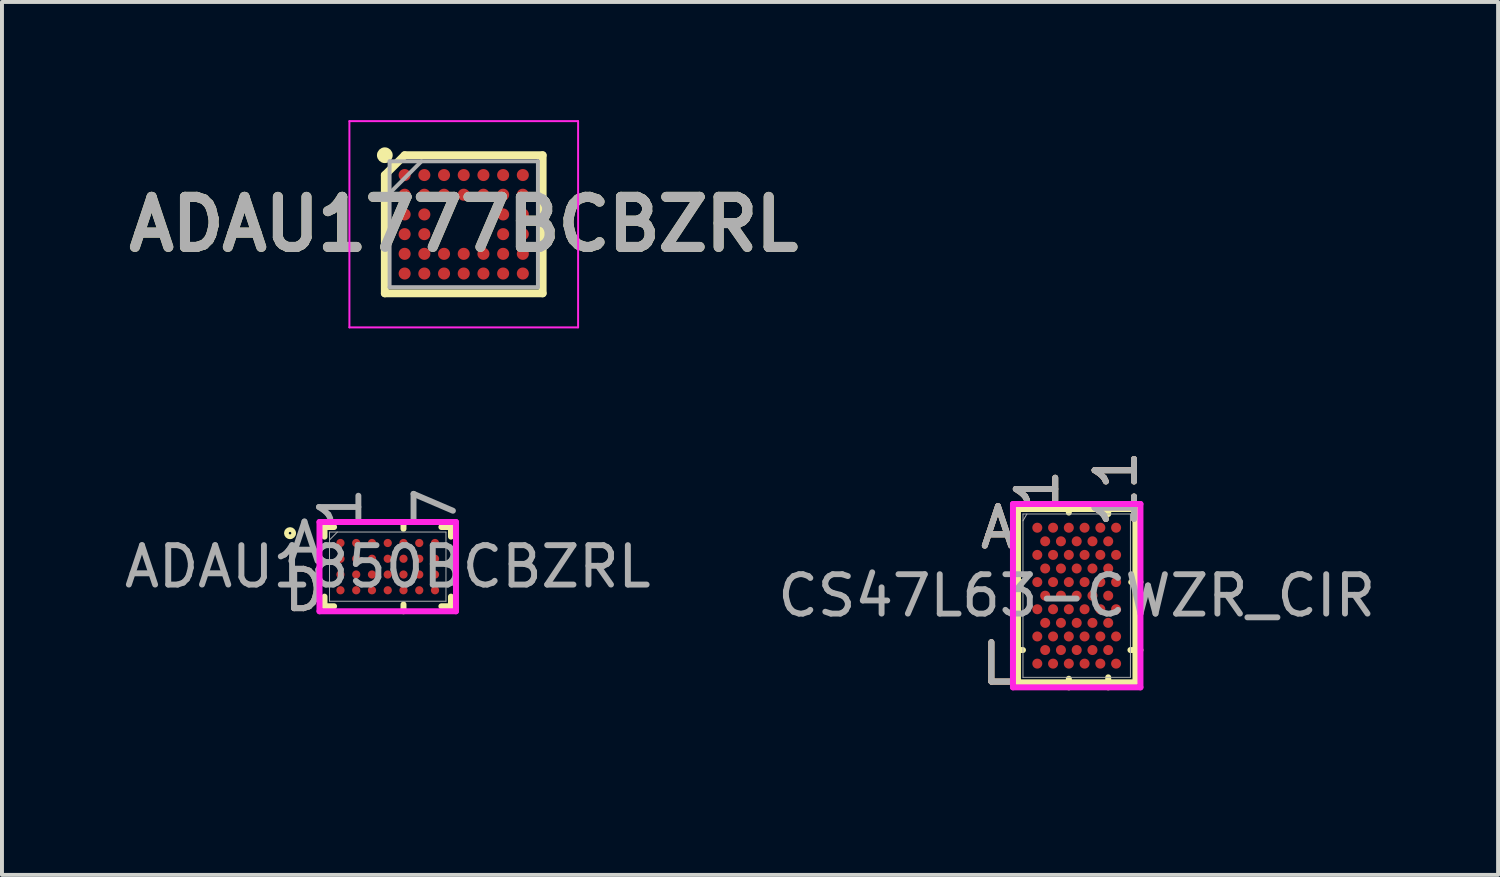
<source format=kicad_pcb>
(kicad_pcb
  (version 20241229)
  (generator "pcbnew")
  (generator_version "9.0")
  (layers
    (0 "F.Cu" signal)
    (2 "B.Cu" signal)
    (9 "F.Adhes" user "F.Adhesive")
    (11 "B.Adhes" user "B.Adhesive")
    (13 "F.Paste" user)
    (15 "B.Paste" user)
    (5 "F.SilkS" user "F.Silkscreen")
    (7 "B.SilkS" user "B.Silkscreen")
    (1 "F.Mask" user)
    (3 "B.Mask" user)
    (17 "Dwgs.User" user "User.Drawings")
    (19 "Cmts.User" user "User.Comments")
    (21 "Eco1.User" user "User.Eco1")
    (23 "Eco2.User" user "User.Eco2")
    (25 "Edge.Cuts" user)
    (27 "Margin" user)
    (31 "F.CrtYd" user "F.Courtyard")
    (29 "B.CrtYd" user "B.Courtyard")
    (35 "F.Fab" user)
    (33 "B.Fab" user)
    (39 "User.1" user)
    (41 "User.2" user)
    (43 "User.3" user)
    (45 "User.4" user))
  (footprint "CS47L63-CWZR_CIR"
    (layer "F.Cu")
    (at 24.28 12.07)
    (property "Reference" "CS47L63-CWZR_CIR" (at 0 3.24 0) (unlocked yes) (layer "User.2") (effects (font (size 1 1) (thickness 0.15))))
    (attr smd)
    (fp_line (start -1.491 -2.2) (end -1.491 2.2) (stroke (width 0.152) (type solid)) (layer "F.SilkS"))
    (fp_line (start -1.491 2.2) (end 1.491 2.2) (stroke (width 0.152) (type solid)) (layer "F.SilkS"))
    (fp_line (start -1.384 -0.345) (end -1.618 -0.345) (stroke (width 0.152) (type solid)) (layer "F.SilkS"))
    (fp_line (start -1.364 1.38) (end -1.618 1.38) (stroke (width 0.152) (type solid)) (layer "F.SilkS"))
    (fp_line (start -0.2 -2.109) (end -0.2 -2.327) (stroke (width 0.152) (type solid)) (layer "F.SilkS"))
    (fp_line (start -0.2 2.109) (end -0.2 2.327) (stroke (width 0.152) (type solid)) (layer "F.SilkS"))
    (fp_line (start 0.8 -2.073) (end 0.8 -2.327) (stroke (width 0.152) (type solid)) (layer "F.SilkS"))
    (fp_line (start 0.8 2.073) (end 0.8 2.327) (stroke (width 0.152) (type solid)) (layer "F.SilkS"))
    (fp_line (start 1.364 1.38) (end 1.618 1.38) (stroke (width 0.152) (type solid)) (layer "F.SilkS"))
    (fp_line (start 1.384 -0.345) (end 1.618 -0.345) (stroke (width 0.152) (type solid)) (layer "F.SilkS"))
    (fp_line (start 1.491 -2.2) (end -1.491 -2.2) (stroke (width 0.152) (type solid)) (layer "F.SilkS"))
    (fp_line (start 1.491 2.2) (end 1.491 -2.2) (stroke (width 0.152) (type solid)) (layer "F.SilkS"))
    (fp_line (start -1.618 -2.327) (end 1.618 -2.327) (stroke (width 0.152) (type solid)) (layer "F.CrtYd"))
    (fp_line (start -1.618 2.327) (end -1.618 -2.327) (stroke (width 0.152) (type solid)) (layer "F.CrtYd"))
    (fp_line (start 1.618 -2.327) (end 1.618 2.327) (stroke (width 0.152) (type solid)) (layer "F.CrtYd"))
    (fp_line (start 1.618 2.327) (end -1.618 2.327) (stroke (width 0.152) (type solid)) (layer "F.CrtYd"))
    (fp_line (start -1.364 -2.073) (end -1.364 2.073) (stroke (width 0.025) (type solid)) (layer "F.Fab"))
    (fp_line (start -1.364 2.073) (end 1.364 2.073) (stroke (width 0.025) (type solid)) (layer "F.Fab"))
    (fp_line (start -1.264 -2.073) (end -1.364 -1.9) (stroke (width 0.025) (type solid)) (layer "F.Fab"))
    (fp_line (start 1.364 -2.073) (end -1.364 -2.073) (stroke (width 0.025) (type solid)) (layer "F.Fab"))
    (fp_line (start 1.364 2.073) (end 1.364 -2.073) (stroke (width 0.025) (type solid)) (layer "F.Fab"))
    (fp_text user "1" (at -1 -2.708 90) (unlocked yes) (layer "F.SilkS") (effects (font (size 1 1) (thickness 0.15))))
    (fp_text user "11" (at 1 -2.708 90) (unlocked yes) (layer "F.SilkS") (effects (font (size 1 1) (thickness 0.15))))
    (fp_text user "A" (at -1.999 -1.725 0) (unlocked yes) (layer "F.SilkS") (effects (font (size 1 1) (thickness 0.15))))
    (fp_text user "L" (at -1.999 1.725 0) (unlocked yes) (layer "F.SilkS") (effects (font (size 1 1) (thickness 0.15))))
    (fp_text user "L" (at -1.999 1.725 0) (unlocked yes) (layer "B.SilkS") (effects (font (size 1 1) (thickness 0.15))))
    (fp_text user "11" (at 1 -2.708 90) (unlocked yes) (layer "B.SilkS") (effects (font (size 1 1) (thickness 0.15))))
    (fp_text user "A" (at -1.999 -1.725 0) (unlocked yes) (layer "B.SilkS") (effects (font (size 1 1) (thickness 0.15))))
    (fp_text user "1" (at -1 -2.708 90) (unlocked yes) (layer "B.SilkS") (effects (font (size 1 1) (thickness 0.15))))
    (fp_text user "1" (at -1 -2.708 90) (unlocked yes) (layer "F.Fab") (effects (font (size 1 1) (thickness 0.15))))
    (fp_text user "L" (at -1.999 1.725 0) (unlocked yes) (layer "F.Fab") (effects (font (size 1 1) (thickness 0.15))))
    (fp_text user "${REFERENCE}" (at 0 0 0) (unlocked yes) (layer "F.Fab") (effects (font (size 1 1) (thickness 0.15))))
    (fp_text user "11" (at 1 -2.708 90) (unlocked yes) (layer "F.Fab") (effects (font (size 1 1) (thickness 0.15))))
    (fp_text user "A" (at -1.999 -1.725 0) (unlocked yes) (layer "F.Fab") (effects (font (size 1 1) (thickness 0.15))))
    (pad "A1" smd circle (at -1 -1.725) (size 0.254 0.254) (layers "F.Cu" "F.Mask" "F.Paste"))
    (pad "A3" smd circle (at -0.6 -1.725) (size 0.254 0.254) (layers "F.Cu" "F.Mask" "F.Paste"))
    (pad "A5" smd circle (at -0.2 -1.725) (size 0.254 0.254) (layers "F.Cu" "F.Mask" "F.Paste"))
    (pad "A7" smd circle (at 0.2 -1.725) (size 0.254 0.254) (layers "F.Cu" "F.Mask" "F.Paste"))
    (pad "A9" smd circle (at 0.6 -1.725) (size 0.254 0.254) (layers "F.Cu" "F.Mask" "F.Paste"))
    (pad "A11" smd circle (at 1 -1.725) (size 0.254 0.254) (layers "F.Cu" "F.Mask" "F.Paste"))
    (pad "B2" smd circle (at -0.8 -1.38) (size 0.254 0.254) (layers "F.Cu" "F.Mask" "F.Paste"))
    (pad "B4" smd circle (at -0.4 -1.38) (size 0.254 0.254) (layers "F.Cu" "F.Mask" "F.Paste"))
    (pad "B6" smd circle (at 0 -1.38) (size 0.254 0.254) (layers "F.Cu" "F.Mask" "F.Paste"))
    (pad "B8" smd circle (at 0.4 -1.38) (size 0.254 0.254) (layers "F.Cu" "F.Mask" "F.Paste"))
    (pad "B10" smd circle (at 0.8 -1.38) (size 0.254 0.254) (layers "F.Cu" "F.Mask" "F.Paste"))
    (pad "C1" smd circle (at -1 -1.035) (size 0.254 0.254) (layers "F.Cu" "F.Mask" "F.Paste"))
    (pad "C3" smd circle (at -0.6 -1.035) (size 0.254 0.254) (layers "F.Cu" "F.Mask" "F.Paste"))
    (pad "C5" smd circle (at -0.2 -1.035) (size 0.254 0.254) (layers "F.Cu" "F.Mask" "F.Paste"))
    (pad "C7" smd circle (at 0.2 -1.035) (size 0.254 0.254) (layers "F.Cu" "F.Mask" "F.Paste"))
    (pad "C9" smd circle (at 0.6 -1.035) (size 0.254 0.254) (layers "F.Cu" "F.Mask" "F.Paste"))
    (pad "C11" smd circle (at 1 -1.035) (size 0.254 0.254) (layers "F.Cu" "F.Mask" "F.Paste"))
    (pad "D2" smd circle (at -0.8 -0.69) (size 0.254 0.254) (layers "F.Cu" "F.Mask" "F.Paste"))
    (pad "D4" smd circle (at -0.4 -0.69) (size 0.254 0.254) (layers "F.Cu" "F.Mask" "F.Paste"))
    (pad "D6" smd circle (at 0 -0.69) (size 0.254 0.254) (layers "F.Cu" "F.Mask" "F.Paste"))
    (pad "D8" smd circle (at 0.4 -0.69) (size 0.254 0.254) (layers "F.Cu" "F.Mask" "F.Paste"))
    (pad "D10" smd circle (at 0.8 -0.69) (size 0.254 0.254) (layers "F.Cu" "F.Mask" "F.Paste"))
    (pad "E1" smd circle (at -1 -0.345) (size 0.254 0.254) (layers "F.Cu" "F.Mask" "F.Paste"))
    (pad "E3" smd circle (at -0.6 -0.345) (size 0.254 0.254) (layers "F.Cu" "F.Mask" "F.Paste"))
    (pad "E5" smd circle (at -0.2 -0.345) (size 0.254 0.254) (layers "F.Cu" "F.Mask" "F.Paste"))
    (pad "E7" smd circle (at 0.2 -0.345) (size 0.254 0.254) (layers "F.Cu" "F.Mask" "F.Paste"))
    (pad "E9" smd circle (at 0.6 -0.345) (size 0.254 0.254) (layers "F.Cu" "F.Mask" "F.Paste"))
    (pad "E11" smd circle (at 1 -0.345) (size 0.254 0.254) (layers "F.Cu" "F.Mask" "F.Paste"))
    (pad "F2" smd circle (at -0.8 0) (size 0.254 0.254) (layers "F.Cu" "F.Mask" "F.Paste"))
    (pad "F4" smd circle (at -0.4 0) (size 0.254 0.254) (layers "F.Cu" "F.Mask" "F.Paste"))
    (pad "F6" smd circle (at 0 0) (size 0.254 0.254) (layers "F.Cu" "F.Mask" "F.Paste"))
    (pad "F8" smd circle (at 0.4 0) (size 0.254 0.254) (layers "F.Cu" "F.Mask" "F.Paste"))
    (pad "F10" smd circle (at 0.8 0) (size 0.254 0.254) (layers "F.Cu" "F.Mask" "F.Paste"))
    (pad "G1" smd circle (at -1 0.345) (size 0.254 0.254) (layers "F.Cu" "F.Mask" "F.Paste"))
    (pad "G3" smd circle (at -0.6 0.345) (size 0.254 0.254) (layers "F.Cu" "F.Mask" "F.Paste"))
    (pad "G5" smd circle (at -0.2 0.345) (size 0.254 0.254) (layers "F.Cu" "F.Mask" "F.Paste"))
    (pad "G7" smd circle (at 0.2 0.345) (size 0.254 0.254) (layers "F.Cu" "F.Mask" "F.Paste"))
    (pad "G9" smd circle (at 0.6 0.345) (size 0.254 0.254) (layers "F.Cu" "F.Mask" "F.Paste"))
    (pad "G11" smd circle (at 1 0.345) (size 0.254 0.254) (layers "F.Cu" "F.Mask" "F.Paste"))
    (pad "H2" smd circle (at -0.8 0.69) (size 0.254 0.254) (layers "F.Cu" "F.Mask" "F.Paste"))
    (pad "H4" smd circle (at -0.4 0.69) (size 0.254 0.254) (layers "F.Cu" "F.Mask" "F.Paste"))
    (pad "H6" smd circle (at 0 0.69) (size 0.254 0.254) (layers "F.Cu" "F.Mask" "F.Paste"))
    (pad "H8" smd circle (at 0.4 0.69) (size 0.254 0.254) (layers "F.Cu" "F.Mask" "F.Paste"))
    (pad "H10" smd circle (at 0.8 0.69) (size 0.254 0.254) (layers "F.Cu" "F.Mask" "F.Paste"))
    (pad "J1" smd circle (at -1 1.035) (size 0.254 0.254) (layers "F.Cu" "F.Mask" "F.Paste"))
    (pad "J3" smd circle (at -0.6 1.035) (size 0.254 0.254) (layers "F.Cu" "F.Mask" "F.Paste"))
    (pad "J5" smd circle (at -0.2 1.035) (size 0.254 0.254) (layers "F.Cu" "F.Mask" "F.Paste"))
    (pad "J7" smd circle (at 0.2 1.035) (size 0.254 0.254) (layers "F.Cu" "F.Mask" "F.Paste"))
    (pad "J9" smd circle (at 0.6 1.035) (size 0.254 0.254) (layers "F.Cu" "F.Mask" "F.Paste"))
    (pad "J11" smd circle (at 1 1.035) (size 0.254 0.254) (layers "F.Cu" "F.Mask" "F.Paste"))
    (pad "K2" smd circle (at -0.8 1.38) (size 0.254 0.254) (layers "F.Cu" "F.Mask" "F.Paste"))
    (pad "K4" smd circle (at -0.4 1.38) (size 0.254 0.254) (layers "F.Cu" "F.Mask" "F.Paste"))
    (pad "K6" smd circle (at 0 1.38) (size 0.254 0.254) (layers "F.Cu" "F.Mask" "F.Paste"))
    (pad "K8" smd circle (at 0.4 1.38) (size 0.254 0.254) (layers "F.Cu" "F.Mask" "F.Paste"))
    (pad "K10" smd circle (at 0.8 1.38) (size 0.254 0.254) (layers "F.Cu" "F.Mask" "F.Paste"))
    (pad "L1" smd circle (at -1 1.725) (size 0.254 0.254) (layers "F.Cu" "F.Mask" "F.Paste"))
    (pad "L3" smd circle (at -0.6 1.725) (size 0.254 0.254) (layers "F.Cu" "F.Mask" "F.Paste"))
    (pad "L5" smd circle (at -0.2 1.725) (size 0.254 0.254) (layers "F.Cu" "F.Mask" "F.Paste"))
    (pad "L7" smd circle (at 0.2 1.725) (size 0.254 0.254) (layers "F.Cu" "F.Mask" "F.Paste"))
    (pad "L9" smd circle (at 0.6 1.725) (size 0.254 0.254) (layers "F.Cu" "F.Mask" "F.Paste"))
    (pad "L11" smd circle (at 1 1.725) (size 0.254 0.254) (layers "F.Cu" "F.Mask" "F.Paste")))
  (footprint "ADAU1777BCBZRL"
    (layer "F.Cu")
    (at 8.721 2.643)
    (property "Reference" "ADAU1777BCBZRL" (at 0 0 0) (layer "F.SilkS") (effects (font (size 1.27 1.27) (thickness 0.254))))
    (attr smd)
    (fp_line (start -2.003 -1.25) (end -1.5 -1.753) (stroke (width 0.2) (type solid)) (layer "F.SilkS"))
    (fp_line (start -2.003 1.753) (end -2.003 -1.25) (stroke (width 0.2) (type solid)) (layer "F.SilkS"))
    (fp_line (start -1.5 -1.753) (end 2.003 -1.753) (stroke (width 0.2) (type solid)) (layer "F.SilkS"))
    (fp_line (start 2.003 -1.753) (end 2.003 1.753) (stroke (width 0.2) (type solid)) (layer "F.SilkS"))
    (fp_line (start 2.003 1.753) (end -2.003 1.753) (stroke (width 0.2) (type solid)) (layer "F.SilkS"))
    (fp_circle (center -2.003 -1.753) (end -2.003 -1.653) (stroke (width 0.2) (type solid)) (fill no) (layer "F.SilkS"))
    (fp_line (start -2.902 -2.618) (end 2.903 -2.618) (stroke (width 0.05) (type solid)) (layer "F.CrtYd"))
    (fp_line (start -2.902 2.617) (end -2.902 -2.618) (stroke (width 0.05) (type solid)) (layer "F.CrtYd"))
    (fp_line (start 2.903 -2.618) (end 2.903 2.617) (stroke (width 0.05) (type solid)) (layer "F.CrtYd"))
    (fp_line (start 2.903 2.617) (end -2.902 2.617) (stroke (width 0.05) (type solid)) (layer "F.CrtYd"))
    (fp_line (start -1.882 -1.598) (end 1.883 -1.598) (stroke (width 0.1) (type solid)) (layer "F.Fab"))
    (fp_line (start -1.882 -0.789) (end -1.073 -1.598) (stroke (width 0.1) (type solid)) (layer "F.Fab"))
    (fp_line (start -1.882 1.597) (end -1.882 -1.598) (stroke (width 0.1) (type solid)) (layer "F.Fab"))
    (fp_line (start 1.883 -1.598) (end 1.883 1.597) (stroke (width 0.1) (type solid)) (layer "F.Fab"))
    (fp_line (start 1.883 1.597) (end -1.882 1.597) (stroke (width 0.1) (type solid)) (layer "F.Fab"))
    (fp_text user "${REFERENCE}" (at 0 0 0) (layer "F.Fab") (effects (font (size 1.27 1.27) (thickness 0.254))))
    (pad "A1" smd circle (at -1.5 -1.25 90) (size 0.306 0.306) (layers "F.Cu" "F.Mask" "F.Paste"))
    (pad "A2" smd circle (at -1 -1.25 90) (size 0.306 0.306) (layers "F.Cu" "F.Mask" "F.Paste"))
    (pad "A3" smd circle (at -0.5 -1.25 90) (size 0.306 0.306) (layers "F.Cu" "F.Mask" "F.Paste"))
    (pad "A4" smd circle (at 0 -1.25 90) (size 0.306 0.306) (layers "F.Cu" "F.Mask" "F.Paste"))
    (pad "A5" smd circle (at 0.5 -1.25 90) (size 0.306 0.306) (layers "F.Cu" "F.Mask" "F.Paste"))
    (pad "A6" smd circle (at 1 -1.25 90) (size 0.306 0.306) (layers "F.Cu" "F.Mask" "F.Paste"))
    (pad "A7" smd circle (at 1.5 -1.25 90) (size 0.306 0.306) (layers "F.Cu" "F.Mask" "F.Paste"))
    (pad "B1" smd circle (at -1.5 -0.75 90) (size 0.306 0.306) (layers "F.Cu" "F.Mask" "F.Paste"))
    (pad "B2" smd circle (at -1 -0.75 90) (size 0.306 0.306) (layers "F.Cu" "F.Mask" "F.Paste"))
    (pad "B3" smd circle (at -0.5 -0.75 90) (size 0.306 0.306) (layers "F.Cu" "F.Mask" "F.Paste"))
    (pad "B4" smd circle (at 0 -0.75 90) (size 0.306 0.306) (layers "F.Cu" "F.Mask" "F.Paste"))
    (pad "B5" smd circle (at 0.5 -0.75 90) (size 0.306 0.306) (layers "F.Cu" "F.Mask" "F.Paste"))
    (pad "B6" smd circle (at 1 -0.75 90) (size 0.306 0.306) (layers "F.Cu" "F.Mask" "F.Paste"))
    (pad "B7" smd circle (at 1.5 -0.75 90) (size 0.306 0.306) (layers "F.Cu" "F.Mask" "F.Paste"))
    (pad "C1" smd circle (at -1.5 -0.25 90) (size 0.306 0.306) (layers "F.Cu" "F.Mask" "F.Paste"))
    (pad "C2" smd circle (at -1 -0.25 90) (size 0.306 0.306) (layers "F.Cu" "F.Mask" "F.Paste"))
    (pad "C6" smd circle (at 1 -0.25 90) (size 0.306 0.306) (layers "F.Cu" "F.Mask" "F.Paste"))
    (pad "C7" smd circle (at 1.5 -0.25 90) (size 0.306 0.306) (layers "F.Cu" "F.Mask" "F.Paste"))
    (pad "D1" smd circle (at -1.5 0.25 90) (size 0.306 0.306) (layers "F.Cu" "F.Mask" "F.Paste"))
    (pad "D2" smd circle (at -1 0.25 90) (size 0.306 0.306) (layers "F.Cu" "F.Mask" "F.Paste"))
    (pad "D6" smd circle (at 1 0.25 90) (size 0.306 0.306) (layers "F.Cu" "F.Mask" "F.Paste"))
    (pad "D7" smd circle (at 1.5 0.25 90) (size 0.306 0.306) (layers "F.Cu" "F.Mask" "F.Paste"))
    (pad "E1" smd circle (at -1.5 0.75 90) (size 0.306 0.306) (layers "F.Cu" "F.Mask" "F.Paste"))
    (pad "E2" smd circle (at -1 0.75 90) (size 0.306 0.306) (layers "F.Cu" "F.Mask" "F.Paste"))
    (pad "E3" smd circle (at -0.5 0.75 90) (size 0.306 0.306) (layers "F.Cu" "F.Mask" "F.Paste"))
    (pad "E4" smd circle (at 0 0.75 90) (size 0.306 0.306) (layers "F.Cu" "F.Mask" "F.Paste"))
    (pad "E5" smd circle (at 0.5 0.75 90) (size 0.306 0.306) (layers "F.Cu" "F.Mask" "F.Paste"))
    (pad "E6" smd circle (at 1 0.75 90) (size 0.306 0.306) (layers "F.Cu" "F.Mask" "F.Paste"))
    (pad "E7" smd circle (at 1.5 0.75 90) (size 0.306 0.306) (layers "F.Cu" "F.Mask" "F.Paste"))
    (pad "F1" smd circle (at -1.5 1.25 90) (size 0.306 0.306) (layers "F.Cu" "F.Mask" "F.Paste"))
    (pad "F2" smd circle (at -1 1.25 90) (size 0.306 0.306) (layers "F.Cu" "F.Mask" "F.Paste"))
    (pad "F3" smd circle (at -0.5 1.25 90) (size 0.306 0.306) (layers "F.Cu" "F.Mask" "F.Paste"))
    (pad "F4" smd circle (at 0 1.25 90) (size 0.306 0.306) (layers "F.Cu" "F.Mask" "F.Paste"))
    (pad "F5" smd circle (at 0.5 1.25 90) (size 0.306 0.306) (layers "F.Cu" "F.Mask" "F.Paste"))
    (pad "F6" smd circle (at 1 1.25 90) (size 0.306 0.306) (layers "F.Cu" "F.Mask" "F.Paste"))
    (pad "F7" smd circle (at 1.5 1.25 90) (size 0.306 0.306) (layers "F.Cu" "F.Mask" "F.Paste")))
  (footprint "ADAU1850BCBZRL"
    (layer "F.Cu")
    (at 6.792 11.333)
    (property "Reference" "ADAU1850BCBZRL" (at 0 -2.2 0) (unlocked yes) (layer "User.2") (effects (font (size 1 1) (thickness 0.15))))
    (attr smd)
    (fp_line (start -1.605 -1.006) (end -1.605 -0.762) (stroke (width 0.152) (type solid)) (layer "F.SilkS"))
    (fp_line (start -1.605 0.762) (end -1.605 1.006) (stroke (width 0.152) (type solid)) (layer "F.SilkS"))
    (fp_line (start -1.605 1.006) (end -1.362 1.006) (stroke (width 0.152) (type solid)) (layer "F.SilkS"))
    (fp_line (start -1.362 -1.006) (end -1.605 -1.006) (stroke (width 0.152) (type solid)) (layer "F.SilkS"))
    (fp_line (start 0.4 -0.961) (end 0.4 -1.133) (stroke (width 0.152) (type solid)) (layer "F.SilkS"))
    (fp_line (start 0.4 0.961) (end 0.4 1.133) (stroke (width 0.152) (type solid)) (layer "F.SilkS"))
    (fp_line (start 1.362 1.006) (end 1.605 1.006) (stroke (width 0.152) (type solid)) (layer "F.SilkS"))
    (fp_line (start 1.605 -1.006) (end 1.362 -1.006) (stroke (width 0.152) (type solid)) (layer "F.SilkS"))
    (fp_line (start 1.605 -0.762) (end 1.605 -1.006) (stroke (width 0.152) (type solid)) (layer "F.SilkS"))
    (fp_line (start 1.605 1.006) (end 1.605 0.762) (stroke (width 0.152) (type solid)) (layer "F.SilkS"))
    (fp_circle (center -2.48 -0.85) (end -2.55 -0.91) (stroke (width 0.12) (type default)) (fill no) (layer "F.SilkS"))
    (fp_line (start -1.732 -1.133) (end 1.732 -1.133) (stroke (width 0.152) (type solid)) (layer "F.CrtYd"))
    (fp_line (start -1.732 1.133) (end -1.732 -1.133) (stroke (width 0.152) (type solid)) (layer "F.CrtYd"))
    (fp_line (start 1.732 -1.133) (end 1.732 1.133) (stroke (width 0.152) (type solid)) (layer "F.CrtYd"))
    (fp_line (start 1.732 1.133) (end -1.732 1.133) (stroke (width 0.152) (type solid)) (layer "F.CrtYd"))
    (fp_line (start -1.478 -0.878) (end -1.478 0.878) (stroke (width 0.025) (type solid)) (layer "F.Fab"))
    (fp_line (start -1.478 0.878) (end 1.478 0.878) (stroke (width 0.025) (type solid)) (layer "F.Fab"))
    (fp_line (start -1.278 -0.878) (end -1.478 -0.678) (stroke (width 0.025) (type solid)) (layer "F.Fab"))
    (fp_line (start 1.478 -0.878) (end -1.478 -0.878) (stroke (width 0.025) (type solid)) (layer "F.Fab"))
    (fp_line (start 1.478 0.878) (end 1.478 -0.878) (stroke (width 0.025) (type solid)) (layer "F.Fab"))
    (fp_text user "D" (at -2.114 0.6 0) (unlocked yes) (layer "B.SilkS") (effects (font (size 1 1) (thickness 0.15))))
    (fp_text user "1" (at -1.2 -1.514 90) (unlocked yes) (layer "F.Fab") (effects (font (size 1 1) (thickness 0.15))))
    (fp_text user "D" (at -2.114 0.6 0) (unlocked yes) (layer "F.Fab") (effects (font (size 1 1) (thickness 0.15))))
    (fp_text user "7" (at 1.2 -1.514 90) (unlocked yes) (layer "F.Fab") (effects (font (size 1 1) (thickness 0.15))))
    (fp_text user "${REFERENCE}" (at 0 0 0) (unlocked yes) (layer "F.Fab") (effects (font (size 1 1) (thickness 0.15))))
    (fp_text user "A" (at -2.114 -0.6 0) (unlocked yes) (layer "F.Fab") (effects (font (size 1 1) (thickness 0.15))))
    (pad "A1" smd circle (at -1.2 -0.6) (size 0.208 0.208) (layers "F.Cu" "F.Mask" "F.Paste"))
    (pad "A2" smd circle (at -0.8 -0.6) (size 0.208 0.208) (layers "F.Cu" "F.Mask" "F.Paste"))
    (pad "A3" smd circle (at -0.4 -0.6) (size 0.208 0.208) (layers "F.Cu" "F.Mask" "F.Paste"))
    (pad "A4" smd circle (at 0 -0.6) (size 0.208 0.208) (layers "F.Cu" "F.Mask" "F.Paste"))
    (pad "A5" smd circle (at 0.4 -0.6) (size 0.208 0.208) (layers "F.Cu" "F.Mask" "F.Paste"))
    (pad "A6" smd circle (at 0.8 -0.6) (size 0.208 0.208) (layers "F.Cu" "F.Mask" "F.Paste"))
    (pad "A7" smd circle (at 1.2 -0.6) (size 0.208 0.208) (layers "F.Cu" "F.Mask" "F.Paste"))
    (pad "B1" smd circle (at -1.2 -0.2) (size 0.208 0.208) (layers "F.Cu" "F.Mask" "F.Paste"))
    (pad "B2" smd circle (at -0.8 -0.2) (size 0.208 0.208) (layers "F.Cu" "F.Mask" "F.Paste"))
    (pad "B3" smd circle (at -0.4 -0.2) (size 0.208 0.208) (layers "F.Cu" "F.Mask" "F.Paste"))
    (pad "B4" smd circle (at 0 -0.2) (size 0.208 0.208) (layers "F.Cu" "F.Mask" "F.Paste"))
    (pad "B5" smd circle (at 0.4 -0.2) (size 0.208 0.208) (layers "F.Cu" "F.Mask" "F.Paste"))
    (pad "B6" smd circle (at 0.8 -0.2) (size 0.208 0.208) (layers "F.Cu" "F.Mask" "F.Paste"))
    (pad "B7" smd circle (at 1.2 -0.2) (size 0.208 0.208) (layers "F.Cu" "F.Mask" "F.Paste"))
    (pad "C1" smd circle (at -1.2 0.2) (size 0.208 0.208) (layers "F.Cu" "F.Mask" "F.Paste"))
    (pad "C2" smd circle (at -0.8 0.2) (size 0.208 0.208) (layers "F.Cu" "F.Mask" "F.Paste"))
    (pad "C3" smd circle (at -0.4 0.2) (size 0.208 0.208) (layers "F.Cu" "F.Mask" "F.Paste"))
    (pad "C4" smd circle (at 0 0.2) (size 0.208 0.208) (layers "F.Cu" "F.Mask" "F.Paste"))
    (pad "C5" smd circle (at 0.4 0.2) (size 0.208 0.208) (layers "F.Cu" "F.Mask" "F.Paste"))
    (pad "C6" smd circle (at 0.8 0.2) (size 0.208 0.208) (layers "F.Cu" "F.Mask" "F.Paste"))
    (pad "C7" smd circle (at 1.2 0.2) (size 0.208 0.208) (layers "F.Cu" "F.Mask" "F.Paste"))
    (pad "D1" smd circle (at -1.2 0.6) (size 0.208 0.208) (layers "F.Cu" "F.Mask" "F.Paste"))
    (pad "D2" smd circle (at -0.8 0.6) (size 0.208 0.208) (layers "F.Cu" "F.Mask" "F.Paste"))
    (pad "D3" smd circle (at -0.4 0.6) (size 0.208 0.208) (layers "F.Cu" "F.Mask" "F.Paste"))
    (pad "D4" smd circle (at 0 0.6) (size 0.208 0.208) (layers "F.Cu" "F.Mask" "F.Paste"))
    (pad "D5" smd circle (at 0.4 0.6) (size 0.208 0.208) (layers "F.Cu" "F.Mask" "F.Paste"))
    (pad "D6" smd circle (at 0.8 0.6) (size 0.208 0.208) (layers "F.Cu" "F.Mask" "F.Paste"))
    (pad "D7" smd circle (at 1.2 0.6) (size 0.208 0.208) (layers "F.Cu" "F.Mask" "F.Paste")))
  (gr_rect
    (start -3 -3)
    (end 34.976 19.158)
    (stroke (width 0.1) (type default))
    (fill no)
    (layer "Edge.Cuts")))
</source>
